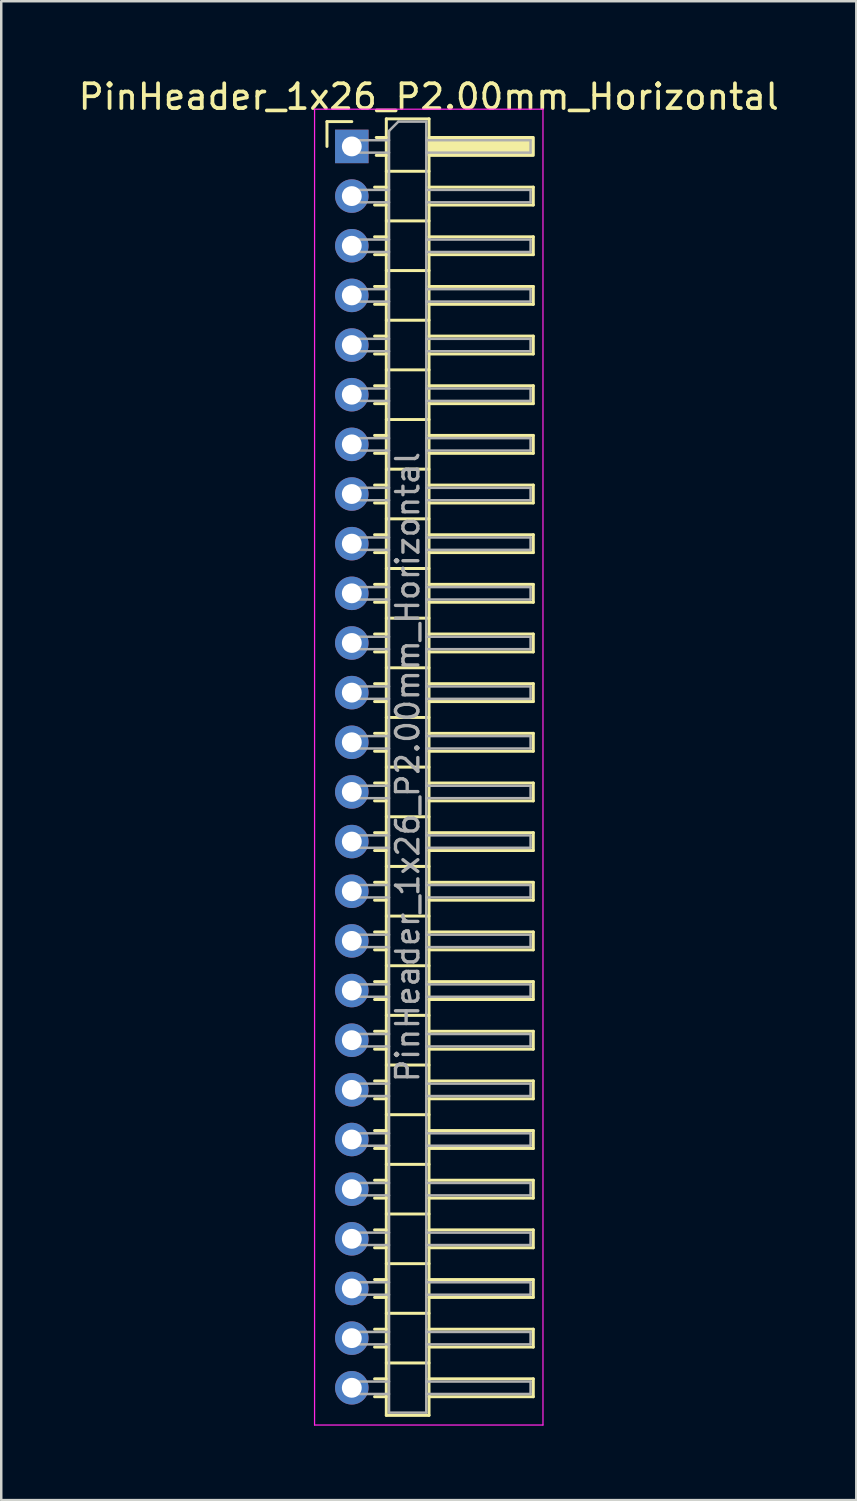
<source format=kicad_pcb>
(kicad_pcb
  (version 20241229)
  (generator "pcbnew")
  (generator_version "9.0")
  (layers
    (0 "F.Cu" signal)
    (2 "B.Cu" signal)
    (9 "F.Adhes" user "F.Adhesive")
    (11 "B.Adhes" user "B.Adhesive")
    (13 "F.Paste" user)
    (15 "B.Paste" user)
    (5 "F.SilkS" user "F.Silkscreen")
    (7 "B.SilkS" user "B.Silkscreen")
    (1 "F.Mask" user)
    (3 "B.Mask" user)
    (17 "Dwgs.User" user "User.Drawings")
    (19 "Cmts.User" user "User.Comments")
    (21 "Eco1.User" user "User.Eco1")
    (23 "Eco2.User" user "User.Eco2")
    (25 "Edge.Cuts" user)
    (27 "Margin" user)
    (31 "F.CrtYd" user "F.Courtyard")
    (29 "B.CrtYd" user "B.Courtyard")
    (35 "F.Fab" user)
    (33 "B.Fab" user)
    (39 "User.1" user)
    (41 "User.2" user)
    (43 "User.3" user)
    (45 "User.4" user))
  (footprint "PinHeader_1x26_P2.00mm_Horizontal"
    (layer "F.Cu")
    (at 11.12 2.848)
    (property "Reference" "PinHeader_1x26_P2.00mm_Horizontal" (at 3.1 -2 0) (layer "F.SilkS") (effects (font (size 1 1) (thickness 0.15))))
    (attr through_hole)
    (fp_line (start -1 -1) (end 0 -1) (stroke (width 0.12) (type solid)) (layer "F.SilkS"))
    (fp_line (start -1 0) (end -1 -1) (stroke (width 0.12) (type solid)) (layer "F.SilkS"))
    (fp_line (start 0.917 1.64) (end 1.39 1.64) (stroke (width 0.12) (type solid)) (layer "F.SilkS"))
    (fp_line (start 0.917 2.36) (end 1.39 2.36) (stroke (width 0.12) (type solid)) (layer "F.SilkS"))
    (fp_line (start 0.917 3.64) (end 1.39 3.64) (stroke (width 0.12) (type solid)) (layer "F.SilkS"))
    (fp_line (start 0.917 4.36) (end 1.39 4.36) (stroke (width 0.12) (type solid)) (layer "F.SilkS"))
    (fp_line (start 0.917 5.64) (end 1.39 5.64) (stroke (width 0.12) (type solid)) (layer "F.SilkS"))
    (fp_line (start 0.917 6.36) (end 1.39 6.36) (stroke (width 0.12) (type solid)) (layer "F.SilkS"))
    (fp_line (start 0.917 7.64) (end 1.39 7.64) (stroke (width 0.12) (type solid)) (layer "F.SilkS"))
    (fp_line (start 0.917 8.36) (end 1.39 8.36) (stroke (width 0.12) (type solid)) (layer "F.SilkS"))
    (fp_line (start 0.917 9.64) (end 1.39 9.64) (stroke (width 0.12) (type solid)) (layer "F.SilkS"))
    (fp_line (start 0.917 10.36) (end 1.39 10.36) (stroke (width 0.12) (type solid)) (layer "F.SilkS"))
    (fp_line (start 0.917 11.64) (end 1.39 11.64) (stroke (width 0.12) (type solid)) (layer "F.SilkS"))
    (fp_line (start 0.917 12.36) (end 1.39 12.36) (stroke (width 0.12) (type solid)) (layer "F.SilkS"))
    (fp_line (start 0.917 13.64) (end 1.39 13.64) (stroke (width 0.12) (type solid)) (layer "F.SilkS"))
    (fp_line (start 0.917 14.36) (end 1.39 14.36) (stroke (width 0.12) (type solid)) (layer "F.SilkS"))
    (fp_line (start 0.917 15.64) (end 1.39 15.64) (stroke (width 0.12) (type solid)) (layer "F.SilkS"))
    (fp_line (start 0.917 16.36) (end 1.39 16.36) (stroke (width 0.12) (type solid)) (layer "F.SilkS"))
    (fp_line (start 0.917 17.64) (end 1.39 17.64) (stroke (width 0.12) (type solid)) (layer "F.SilkS"))
    (fp_line (start 0.917 18.36) (end 1.39 18.36) (stroke (width 0.12) (type solid)) (layer "F.SilkS"))
    (fp_line (start 0.917 19.64) (end 1.39 19.64) (stroke (width 0.12) (type solid)) (layer "F.SilkS"))
    (fp_line (start 0.917 20.36) (end 1.39 20.36) (stroke (width 0.12) (type solid)) (layer "F.SilkS"))
    (fp_line (start 0.917 21.64) (end 1.39 21.64) (stroke (width 0.12) (type solid)) (layer "F.SilkS"))
    (fp_line (start 0.917 22.36) (end 1.39 22.36) (stroke (width 0.12) (type solid)) (layer "F.SilkS"))
    (fp_line (start 0.917 23.64) (end 1.39 23.64) (stroke (width 0.12) (type solid)) (layer "F.SilkS"))
    (fp_line (start 0.917 24.36) (end 1.39 24.36) (stroke (width 0.12) (type solid)) (layer "F.SilkS"))
    (fp_line (start 0.917 25.64) (end 1.39 25.64) (stroke (width 0.12) (type solid)) (layer "F.SilkS"))
    (fp_line (start 0.917 26.36) (end 1.39 26.36) (stroke (width 0.12) (type solid)) (layer "F.SilkS"))
    (fp_line (start 0.917 27.64) (end 1.39 27.64) (stroke (width 0.12) (type solid)) (layer "F.SilkS"))
    (fp_line (start 0.917 28.36) (end 1.39 28.36) (stroke (width 0.12) (type solid)) (layer "F.SilkS"))
    (fp_line (start 0.917 29.64) (end 1.39 29.64) (stroke (width 0.12) (type solid)) (layer "F.SilkS"))
    (fp_line (start 0.917 30.36) (end 1.39 30.36) (stroke (width 0.12) (type solid)) (layer "F.SilkS"))
    (fp_line (start 0.917 31.64) (end 1.39 31.64) (stroke (width 0.12) (type solid)) (layer "F.SilkS"))
    (fp_line (start 0.917 32.36) (end 1.39 32.36) (stroke (width 0.12) (type solid)) (layer "F.SilkS"))
    (fp_line (start 0.917 33.64) (end 1.39 33.64) (stroke (width 0.12) (type solid)) (layer "F.SilkS"))
    (fp_line (start 0.917 34.36) (end 1.39 34.36) (stroke (width 0.12) (type solid)) (layer "F.SilkS"))
    (fp_line (start 0.917 35.64) (end 1.39 35.64) (stroke (width 0.12) (type solid)) (layer "F.SilkS"))
    (fp_line (start 0.917 36.36) (end 1.39 36.36) (stroke (width 0.12) (type solid)) (layer "F.SilkS"))
    (fp_line (start 0.917 37.64) (end 1.39 37.64) (stroke (width 0.12) (type solid)) (layer "F.SilkS"))
    (fp_line (start 0.917 38.36) (end 1.39 38.36) (stroke (width 0.12) (type solid)) (layer "F.SilkS"))
    (fp_line (start 0.917 39.64) (end 1.39 39.64) (stroke (width 0.12) (type solid)) (layer "F.SilkS"))
    (fp_line (start 0.917 40.36) (end 1.39 40.36) (stroke (width 0.12) (type solid)) (layer "F.SilkS"))
    (fp_line (start 0.917 41.64) (end 1.39 41.64) (stroke (width 0.12) (type solid)) (layer "F.SilkS"))
    (fp_line (start 0.917 42.36) (end 1.39 42.36) (stroke (width 0.12) (type solid)) (layer "F.SilkS"))
    (fp_line (start 0.917 43.64) (end 1.39 43.64) (stroke (width 0.12) (type solid)) (layer "F.SilkS"))
    (fp_line (start 0.917 44.36) (end 1.39 44.36) (stroke (width 0.12) (type solid)) (layer "F.SilkS"))
    (fp_line (start 0.917 45.64) (end 1.39 45.64) (stroke (width 0.12) (type solid)) (layer "F.SilkS"))
    (fp_line (start 0.917 46.36) (end 1.39 46.36) (stroke (width 0.12) (type solid)) (layer "F.SilkS"))
    (fp_line (start 0.917 47.64) (end 1.39 47.64) (stroke (width 0.12) (type solid)) (layer "F.SilkS"))
    (fp_line (start 0.917 48.36) (end 1.39 48.36) (stroke (width 0.12) (type solid)) (layer "F.SilkS"))
    (fp_line (start 0.917 49.64) (end 1.39 49.64) (stroke (width 0.12) (type solid)) (layer "F.SilkS"))
    (fp_line (start 0.917 50.36) (end 1.39 50.36) (stroke (width 0.12) (type solid)) (layer "F.SilkS"))
    (fp_line (start 0.985 -0.36) (end 1.39 -0.36) (stroke (width 0.12) (type solid)) (layer "F.SilkS"))
    (fp_line (start 0.985 0.36) (end 1.39 0.36) (stroke (width 0.12) (type solid)) (layer "F.SilkS"))
    (fp_line (start 1.39 -1.11) (end 1.39 51.11) (stroke (width 0.12) (type solid)) (layer "F.SilkS"))
    (fp_line (start 1.39 1) (end 3.11 1) (stroke (width 0.12) (type solid)) (layer "F.SilkS"))
    (fp_line (start 1.39 3) (end 3.11 3) (stroke (width 0.12) (type solid)) (layer "F.SilkS"))
    (fp_line (start 1.39 5) (end 3.11 5) (stroke (width 0.12) (type solid)) (layer "F.SilkS"))
    (fp_line (start 1.39 7) (end 3.11 7) (stroke (width 0.12) (type solid)) (layer "F.SilkS"))
    (fp_line (start 1.39 9) (end 3.11 9) (stroke (width 0.12) (type solid)) (layer "F.SilkS"))
    (fp_line (start 1.39 11) (end 3.11 11) (stroke (width 0.12) (type solid)) (layer "F.SilkS"))
    (fp_line (start 1.39 13) (end 3.11 13) (stroke (width 0.12) (type solid)) (layer "F.SilkS"))
    (fp_line (start 1.39 15) (end 3.11 15) (stroke (width 0.12) (type solid)) (layer "F.SilkS"))
    (fp_line (start 1.39 17) (end 3.11 17) (stroke (width 0.12) (type solid)) (layer "F.SilkS"))
    (fp_line (start 1.39 19) (end 3.11 19) (stroke (width 0.12) (type solid)) (layer "F.SilkS"))
    (fp_line (start 1.39 21) (end 3.11 21) (stroke (width 0.12) (type solid)) (layer "F.SilkS"))
    (fp_line (start 1.39 23) (end 3.11 23) (stroke (width 0.12) (type solid)) (layer "F.SilkS"))
    (fp_line (start 1.39 25) (end 3.11 25) (stroke (width 0.12) (type solid)) (layer "F.SilkS"))
    (fp_line (start 1.39 27) (end 3.11 27) (stroke (width 0.12) (type solid)) (layer "F.SilkS"))
    (fp_line (start 1.39 29) (end 3.11 29) (stroke (width 0.12) (type solid)) (layer "F.SilkS"))
    (fp_line (start 1.39 31) (end 3.11 31) (stroke (width 0.12) (type solid)) (layer "F.SilkS"))
    (fp_line (start 1.39 33) (end 3.11 33) (stroke (width 0.12) (type solid)) (layer "F.SilkS"))
    (fp_line (start 1.39 35) (end 3.11 35) (stroke (width 0.12) (type solid)) (layer "F.SilkS"))
    (fp_line (start 1.39 37) (end 3.11 37) (stroke (width 0.12) (type solid)) (layer "F.SilkS"))
    (fp_line (start 1.39 39) (end 3.11 39) (stroke (width 0.12) (type solid)) (layer "F.SilkS"))
    (fp_line (start 1.39 41) (end 3.11 41) (stroke (width 0.12) (type solid)) (layer "F.SilkS"))
    (fp_line (start 1.39 43) (end 3.11 43) (stroke (width 0.12) (type solid)) (layer "F.SilkS"))
    (fp_line (start 1.39 45) (end 3.11 45) (stroke (width 0.12) (type solid)) (layer "F.SilkS"))
    (fp_line (start 1.39 47) (end 3.11 47) (stroke (width 0.12) (type solid)) (layer "F.SilkS"))
    (fp_line (start 1.39 49) (end 3.11 49) (stroke (width 0.12) (type solid)) (layer "F.SilkS"))
    (fp_line (start 1.39 51.11) (end 3.11 51.11) (stroke (width 0.12) (type solid)) (layer "F.SilkS"))
    (fp_line (start 3.11 -1.11) (end 1.39 -1.11) (stroke (width 0.12) (type solid)) (layer "F.SilkS"))
    (fp_line (start 3.11 1.64) (end 7.31 1.64) (stroke (width 0.12) (type solid)) (layer "F.SilkS"))
    (fp_line (start 3.11 3.64) (end 7.31 3.64) (stroke (width 0.12) (type solid)) (layer "F.SilkS"))
    (fp_line (start 3.11 5.64) (end 7.31 5.64) (stroke (width 0.12) (type solid)) (layer "F.SilkS"))
    (fp_line (start 3.11 7.64) (end 7.31 7.64) (stroke (width 0.12) (type solid)) (layer "F.SilkS"))
    (fp_line (start 3.11 9.64) (end 7.31 9.64) (stroke (width 0.12) (type solid)) (layer "F.SilkS"))
    (fp_line (start 3.11 11.64) (end 7.31 11.64) (stroke (width 0.12) (type solid)) (layer "F.SilkS"))
    (fp_line (start 3.11 13.64) (end 7.31 13.64) (stroke (width 0.12) (type solid)) (layer "F.SilkS"))
    (fp_line (start 3.11 15.64) (end 7.31 15.64) (stroke (width 0.12) (type solid)) (layer "F.SilkS"))
    (fp_line (start 3.11 17.64) (end 7.31 17.64) (stroke (width 0.12) (type solid)) (layer "F.SilkS"))
    (fp_line (start 3.11 19.64) (end 7.31 19.64) (stroke (width 0.12) (type solid)) (layer "F.SilkS"))
    (fp_line (start 3.11 21.64) (end 7.31 21.64) (stroke (width 0.12) (type solid)) (layer "F.SilkS"))
    (fp_line (start 3.11 23.64) (end 7.31 23.64) (stroke (width 0.12) (type solid)) (layer "F.SilkS"))
    (fp_line (start 3.11 25.64) (end 7.31 25.64) (stroke (width 0.12) (type solid)) (layer "F.SilkS"))
    (fp_line (start 3.11 27.64) (end 7.31 27.64) (stroke (width 0.12) (type solid)) (layer "F.SilkS"))
    (fp_line (start 3.11 29.64) (end 7.31 29.64) (stroke (width 0.12) (type solid)) (layer "F.SilkS"))
    (fp_line (start 3.11 31.64) (end 7.31 31.64) (stroke (width 0.12) (type solid)) (layer "F.SilkS"))
    (fp_line (start 3.11 33.64) (end 7.31 33.64) (stroke (width 0.12) (type solid)) (layer "F.SilkS"))
    (fp_line (start 3.11 35.64) (end 7.31 35.64) (stroke (width 0.12) (type solid)) (layer "F.SilkS"))
    (fp_line (start 3.11 37.64) (end 7.31 37.64) (stroke (width 0.12) (type solid)) (layer "F.SilkS"))
    (fp_line (start 3.11 39.64) (end 7.31 39.64) (stroke (width 0.12) (type solid)) (layer "F.SilkS"))
    (fp_line (start 3.11 41.64) (end 7.31 41.64) (stroke (width 0.12) (type solid)) (layer "F.SilkS"))
    (fp_line (start 3.11 43.64) (end 7.31 43.64) (stroke (width 0.12) (type solid)) (layer "F.SilkS"))
    (fp_line (start 3.11 45.64) (end 7.31 45.64) (stroke (width 0.12) (type solid)) (layer "F.SilkS"))
    (fp_line (start 3.11 47.64) (end 7.31 47.64) (stroke (width 0.12) (type solid)) (layer "F.SilkS"))
    (fp_line (start 3.11 49.64) (end 7.31 49.64) (stroke (width 0.12) (type solid)) (layer "F.SilkS"))
    (fp_line (start 3.11 51.11) (end 3.11 -1.11) (stroke (width 0.12) (type solid)) (layer "F.SilkS"))
    (fp_line (start 7.31 1.64) (end 7.31 2.36) (stroke (width 0.12) (type solid)) (layer "F.SilkS"))
    (fp_line (start 7.31 2.36) (end 3.11 2.36) (stroke (width 0.12) (type solid)) (layer "F.SilkS"))
    (fp_line (start 7.31 3.64) (end 7.31 4.36) (stroke (width 0.12) (type solid)) (layer "F.SilkS"))
    (fp_line (start 7.31 4.36) (end 3.11 4.36) (stroke (width 0.12) (type solid)) (layer "F.SilkS"))
    (fp_line (start 7.31 5.64) (end 7.31 6.36) (stroke (width 0.12) (type solid)) (layer "F.SilkS"))
    (fp_line (start 7.31 6.36) (end 3.11 6.36) (stroke (width 0.12) (type solid)) (layer "F.SilkS"))
    (fp_line (start 7.31 7.64) (end 7.31 8.36) (stroke (width 0.12) (type solid)) (layer "F.SilkS"))
    (fp_line (start 7.31 8.36) (end 3.11 8.36) (stroke (width 0.12) (type solid)) (layer "F.SilkS"))
    (fp_line (start 7.31 9.64) (end 7.31 10.36) (stroke (width 0.12) (type solid)) (layer "F.SilkS"))
    (fp_line (start 7.31 10.36) (end 3.11 10.36) (stroke (width 0.12) (type solid)) (layer "F.SilkS"))
    (fp_line (start 7.31 11.64) (end 7.31 12.36) (stroke (width 0.12) (type solid)) (layer "F.SilkS"))
    (fp_line (start 7.31 12.36) (end 3.11 12.36) (stroke (width 0.12) (type solid)) (layer "F.SilkS"))
    (fp_line (start 7.31 13.64) (end 7.31 14.36) (stroke (width 0.12) (type solid)) (layer "F.SilkS"))
    (fp_line (start 7.31 14.36) (end 3.11 14.36) (stroke (width 0.12) (type solid)) (layer "F.SilkS"))
    (fp_line (start 7.31 15.64) (end 7.31 16.36) (stroke (width 0.12) (type solid)) (layer "F.SilkS"))
    (fp_line (start 7.31 16.36) (end 3.11 16.36) (stroke (width 0.12) (type solid)) (layer "F.SilkS"))
    (fp_line (start 7.31 17.64) (end 7.31 18.36) (stroke (width 0.12) (type solid)) (layer "F.SilkS"))
    (fp_line (start 7.31 18.36) (end 3.11 18.36) (stroke (width 0.12) (type solid)) (layer "F.SilkS"))
    (fp_line (start 7.31 19.64) (end 7.31 20.36) (stroke (width 0.12) (type solid)) (layer "F.SilkS"))
    (fp_line (start 7.31 20.36) (end 3.11 20.36) (stroke (width 0.12) (type solid)) (layer "F.SilkS"))
    (fp_line (start 7.31 21.64) (end 7.31 22.36) (stroke (width 0.12) (type solid)) (layer "F.SilkS"))
    (fp_line (start 7.31 22.36) (end 3.11 22.36) (stroke (width 0.12) (type solid)) (layer "F.SilkS"))
    (fp_line (start 7.31 23.64) (end 7.31 24.36) (stroke (width 0.12) (type solid)) (layer "F.SilkS"))
    (fp_line (start 7.31 24.36) (end 3.11 24.36) (stroke (width 0.12) (type solid)) (layer "F.SilkS"))
    (fp_line (start 7.31 25.64) (end 7.31 26.36) (stroke (width 0.12) (type solid)) (layer "F.SilkS"))
    (fp_line (start 7.31 26.36) (end 3.11 26.36) (stroke (width 0.12) (type solid)) (layer "F.SilkS"))
    (fp_line (start 7.31 27.64) (end 7.31 28.36) (stroke (width 0.12) (type solid)) (layer "F.SilkS"))
    (fp_line (start 7.31 28.36) (end 3.11 28.36) (stroke (width 0.12) (type solid)) (layer "F.SilkS"))
    (fp_line (start 7.31 29.64) (end 7.31 30.36) (stroke (width 0.12) (type solid)) (layer "F.SilkS"))
    (fp_line (start 7.31 30.36) (end 3.11 30.36) (stroke (width 0.12) (type solid)) (layer "F.SilkS"))
    (fp_line (start 7.31 31.64) (end 7.31 32.36) (stroke (width 0.12) (type solid)) (layer "F.SilkS"))
    (fp_line (start 7.31 32.36) (end 3.11 32.36) (stroke (width 0.12) (type solid)) (layer "F.SilkS"))
    (fp_line (start 7.31 33.64) (end 7.31 34.36) (stroke (width 0.12) (type solid)) (layer "F.SilkS"))
    (fp_line (start 7.31 34.36) (end 3.11 34.36) (stroke (width 0.12) (type solid)) (layer "F.SilkS"))
    (fp_line (start 7.31 35.64) (end 7.31 36.36) (stroke (width 0.12) (type solid)) (layer "F.SilkS"))
    (fp_line (start 7.31 36.36) (end 3.11 36.36) (stroke (width 0.12) (type solid)) (layer "F.SilkS"))
    (fp_line (start 7.31 37.64) (end 7.31 38.36) (stroke (width 0.12) (type solid)) (layer "F.SilkS"))
    (fp_line (start 7.31 38.36) (end 3.11 38.36) (stroke (width 0.12) (type solid)) (layer "F.SilkS"))
    (fp_line (start 7.31 39.64) (end 7.31 40.36) (stroke (width 0.12) (type solid)) (layer "F.SilkS"))
    (fp_line (start 7.31 40.36) (end 3.11 40.36) (stroke (width 0.12) (type solid)) (layer "F.SilkS"))
    (fp_line (start 7.31 41.64) (end 7.31 42.36) (stroke (width 0.12) (type solid)) (layer "F.SilkS"))
    (fp_line (start 7.31 42.36) (end 3.11 42.36) (stroke (width 0.12) (type solid)) (layer "F.SilkS"))
    (fp_line (start 7.31 43.64) (end 7.31 44.36) (stroke (width 0.12) (type solid)) (layer "F.SilkS"))
    (fp_line (start 7.31 44.36) (end 3.11 44.36) (stroke (width 0.12) (type solid)) (layer "F.SilkS"))
    (fp_line (start 7.31 45.64) (end 7.31 46.36) (stroke (width 0.12) (type solid)) (layer "F.SilkS"))
    (fp_line (start 7.31 46.36) (end 3.11 46.36) (stroke (width 0.12) (type solid)) (layer "F.SilkS"))
    (fp_line (start 7.31 47.64) (end 7.31 48.36) (stroke (width 0.12) (type solid)) (layer "F.SilkS"))
    (fp_line (start 7.31 48.36) (end 3.11 48.36) (stroke (width 0.12) (type solid)) (layer "F.SilkS"))
    (fp_line (start 7.31 49.64) (end 7.31 50.36) (stroke (width 0.12) (type solid)) (layer "F.SilkS"))
    (fp_line (start 7.31 50.36) (end 3.11 50.36) (stroke (width 0.12) (type solid)) (layer "F.SilkS"))
    (fp_rect (start 3.11 -0.36) (end 7.31 0.36) (stroke (width 0.12) (type solid)) (fill yes) (layer "F.SilkS"))
    (fp_line (start -1.5 -1.5) (end -1.5 51.5) (stroke (width 0.05) (type solid)) (layer "F.CrtYd"))
    (fp_line (start -1.5 51.5) (end 7.7 51.5) (stroke (width 0.05) (type solid)) (layer "F.CrtYd"))
    (fp_line (start 7.7 -1.5) (end -1.5 -1.5) (stroke (width 0.05) (type solid)) (layer "F.CrtYd"))
    (fp_line (start 7.7 51.5) (end 7.7 -1.5) (stroke (width 0.05) (type solid)) (layer "F.CrtYd"))
    (fp_line (start -0.25 -0.25) (end -0.25 0.25) (stroke (width 0.1) (type solid)) (layer "F.Fab"))
    (fp_line (start -0.25 -0.25) (end 1.5 -0.25) (stroke (width 0.1) (type solid)) (layer "F.Fab"))
    (fp_line (start -0.25 0.25) (end 1.5 0.25) (stroke (width 0.1) (type solid)) (layer "F.Fab"))
    (fp_line (start -0.25 1.75) (end -0.25 2.25) (stroke (width 0.1) (type solid)) (layer "F.Fab"))
    (fp_line (start -0.25 1.75) (end 1.5 1.75) (stroke (width 0.1) (type solid)) (layer "F.Fab"))
    (fp_line (start -0.25 2.25) (end 1.5 2.25) (stroke (width 0.1) (type solid)) (layer "F.Fab"))
    (fp_line (start -0.25 3.75) (end -0.25 4.25) (stroke (width 0.1) (type solid)) (layer "F.Fab"))
    (fp_line (start -0.25 3.75) (end 1.5 3.75) (stroke (width 0.1) (type solid)) (layer "F.Fab"))
    (fp_line (start -0.25 4.25) (end 1.5 4.25) (stroke (width 0.1) (type solid)) (layer "F.Fab"))
    (fp_line (start -0.25 5.75) (end -0.25 6.25) (stroke (width 0.1) (type solid)) (layer "F.Fab"))
    (fp_line (start -0.25 5.75) (end 1.5 5.75) (stroke (width 0.1) (type solid)) (layer "F.Fab"))
    (fp_line (start -0.25 6.25) (end 1.5 6.25) (stroke (width 0.1) (type solid)) (layer "F.Fab"))
    (fp_line (start -0.25 7.75) (end -0.25 8.25) (stroke (width 0.1) (type solid)) (layer "F.Fab"))
    (fp_line (start -0.25 7.75) (end 1.5 7.75) (stroke (width 0.1) (type solid)) (layer "F.Fab"))
    (fp_line (start -0.25 8.25) (end 1.5 8.25) (stroke (width 0.1) (type solid)) (layer "F.Fab"))
    (fp_line (start -0.25 9.75) (end -0.25 10.25) (stroke (width 0.1) (type solid)) (layer "F.Fab"))
    (fp_line (start -0.25 9.75) (end 1.5 9.75) (stroke (width 0.1) (type solid)) (layer "F.Fab"))
    (fp_line (start -0.25 10.25) (end 1.5 10.25) (stroke (width 0.1) (type solid)) (layer "F.Fab"))
    (fp_line (start -0.25 11.75) (end -0.25 12.25) (stroke (width 0.1) (type solid)) (layer "F.Fab"))
    (fp_line (start -0.25 11.75) (end 1.5 11.75) (stroke (width 0.1) (type solid)) (layer "F.Fab"))
    (fp_line (start -0.25 12.25) (end 1.5 12.25) (stroke (width 0.1) (type solid)) (layer "F.Fab"))
    (fp_line (start -0.25 13.75) (end -0.25 14.25) (stroke (width 0.1) (type solid)) (layer "F.Fab"))
    (fp_line (start -0.25 13.75) (end 1.5 13.75) (stroke (width 0.1) (type solid)) (layer "F.Fab"))
    (fp_line (start -0.25 14.25) (end 1.5 14.25) (stroke (width 0.1) (type solid)) (layer "F.Fab"))
    (fp_line (start -0.25 15.75) (end -0.25 16.25) (stroke (width 0.1) (type solid)) (layer "F.Fab"))
    (fp_line (start -0.25 15.75) (end 1.5 15.75) (stroke (width 0.1) (type solid)) (layer "F.Fab"))
    (fp_line (start -0.25 16.25) (end 1.5 16.25) (stroke (width 0.1) (type solid)) (layer "F.Fab"))
    (fp_line (start -0.25 17.75) (end -0.25 18.25) (stroke (width 0.1) (type solid)) (layer "F.Fab"))
    (fp_line (start -0.25 17.75) (end 1.5 17.75) (stroke (width 0.1) (type solid)) (layer "F.Fab"))
    (fp_line (start -0.25 18.25) (end 1.5 18.25) (stroke (width 0.1) (type solid)) (layer "F.Fab"))
    (fp_line (start -0.25 19.75) (end -0.25 20.25) (stroke (width 0.1) (type solid)) (layer "F.Fab"))
    (fp_line (start -0.25 19.75) (end 1.5 19.75) (stroke (width 0.1) (type solid)) (layer "F.Fab"))
    (fp_line (start -0.25 20.25) (end 1.5 20.25) (stroke (width 0.1) (type solid)) (layer "F.Fab"))
    (fp_line (start -0.25 21.75) (end -0.25 22.25) (stroke (width 0.1) (type solid)) (layer "F.Fab"))
    (fp_line (start -0.25 21.75) (end 1.5 21.75) (stroke (width 0.1) (type solid)) (layer "F.Fab"))
    (fp_line (start -0.25 22.25) (end 1.5 22.25) (stroke (width 0.1) (type solid)) (layer "F.Fab"))
    (fp_line (start -0.25 23.75) (end -0.25 24.25) (stroke (width 0.1) (type solid)) (layer "F.Fab"))
    (fp_line (start -0.25 23.75) (end 1.5 23.75) (stroke (width 0.1) (type solid)) (layer "F.Fab"))
    (fp_line (start -0.25 24.25) (end 1.5 24.25) (stroke (width 0.1) (type solid)) (layer "F.Fab"))
    (fp_line (start -0.25 25.75) (end -0.25 26.25) (stroke (width 0.1) (type solid)) (layer "F.Fab"))
    (fp_line (start -0.25 25.75) (end 1.5 25.75) (stroke (width 0.1) (type solid)) (layer "F.Fab"))
    (fp_line (start -0.25 26.25) (end 1.5 26.25) (stroke (width 0.1) (type solid)) (layer "F.Fab"))
    (fp_line (start -0.25 27.75) (end -0.25 28.25) (stroke (width 0.1) (type solid)) (layer "F.Fab"))
    (fp_line (start -0.25 27.75) (end 1.5 27.75) (stroke (width 0.1) (type solid)) (layer "F.Fab"))
    (fp_line (start -0.25 28.25) (end 1.5 28.25) (stroke (width 0.1) (type solid)) (layer "F.Fab"))
    (fp_line (start -0.25 29.75) (end -0.25 30.25) (stroke (width 0.1) (type solid)) (layer "F.Fab"))
    (fp_line (start -0.25 29.75) (end 1.5 29.75) (stroke (width 0.1) (type solid)) (layer "F.Fab"))
    (fp_line (start -0.25 30.25) (end 1.5 30.25) (stroke (width 0.1) (type solid)) (layer "F.Fab"))
    (fp_line (start -0.25 31.75) (end -0.25 32.25) (stroke (width 0.1) (type solid)) (layer "F.Fab"))
    (fp_line (start -0.25 31.75) (end 1.5 31.75) (stroke (width 0.1) (type solid)) (layer "F.Fab"))
    (fp_line (start -0.25 32.25) (end 1.5 32.25) (stroke (width 0.1) (type solid)) (layer "F.Fab"))
    (fp_line (start -0.25 33.75) (end -0.25 34.25) (stroke (width 0.1) (type solid)) (layer "F.Fab"))
    (fp_line (start -0.25 33.75) (end 1.5 33.75) (stroke (width 0.1) (type solid)) (layer "F.Fab"))
    (fp_line (start -0.25 34.25) (end 1.5 34.25) (stroke (width 0.1) (type solid)) (layer "F.Fab"))
    (fp_line (start -0.25 35.75) (end -0.25 36.25) (stroke (width 0.1) (type solid)) (layer "F.Fab"))
    (fp_line (start -0.25 35.75) (end 1.5 35.75) (stroke (width 0.1) (type solid)) (layer "F.Fab"))
    (fp_line (start -0.25 36.25) (end 1.5 36.25) (stroke (width 0.1) (type solid)) (layer "F.Fab"))
    (fp_line (start -0.25 37.75) (end -0.25 38.25) (stroke (width 0.1) (type solid)) (layer "F.Fab"))
    (fp_line (start -0.25 37.75) (end 1.5 37.75) (stroke (width 0.1) (type solid)) (layer "F.Fab"))
    (fp_line (start -0.25 38.25) (end 1.5 38.25) (stroke (width 0.1) (type solid)) (layer "F.Fab"))
    (fp_line (start -0.25 39.75) (end -0.25 40.25) (stroke (width 0.1) (type solid)) (layer "F.Fab"))
    (fp_line (start -0.25 39.75) (end 1.5 39.75) (stroke (width 0.1) (type solid)) (layer "F.Fab"))
    (fp_line (start -0.25 40.25) (end 1.5 40.25) (stroke (width 0.1) (type solid)) (layer "F.Fab"))
    (fp_line (start -0.25 41.75) (end -0.25 42.25) (stroke (width 0.1) (type solid)) (layer "F.Fab"))
    (fp_line (start -0.25 41.75) (end 1.5 41.75) (stroke (width 0.1) (type solid)) (layer "F.Fab"))
    (fp_line (start -0.25 42.25) (end 1.5 42.25) (stroke (width 0.1) (type solid)) (layer "F.Fab"))
    (fp_line (start -0.25 43.75) (end -0.25 44.25) (stroke (width 0.1) (type solid)) (layer "F.Fab"))
    (fp_line (start -0.25 43.75) (end 1.5 43.75) (stroke (width 0.1) (type solid)) (layer "F.Fab"))
    (fp_line (start -0.25 44.25) (end 1.5 44.25) (stroke (width 0.1) (type solid)) (layer "F.Fab"))
    (fp_line (start -0.25 45.75) (end -0.25 46.25) (stroke (width 0.1) (type solid)) (layer "F.Fab"))
    (fp_line (start -0.25 45.75) (end 1.5 45.75) (stroke (width 0.1) (type solid)) (layer "F.Fab"))
    (fp_line (start -0.25 46.25) (end 1.5 46.25) (stroke (width 0.1) (type solid)) (layer "F.Fab"))
    (fp_line (start -0.25 47.75) (end -0.25 48.25) (stroke (width 0.1) (type solid)) (layer "F.Fab"))
    (fp_line (start -0.25 47.75) (end 1.5 47.75) (stroke (width 0.1) (type solid)) (layer "F.Fab"))
    (fp_line (start -0.25 48.25) (end 1.5 48.25) (stroke (width 0.1) (type solid)) (layer "F.Fab"))
    (fp_line (start -0.25 49.75) (end -0.25 50.25) (stroke (width 0.1) (type solid)) (layer "F.Fab"))
    (fp_line (start -0.25 49.75) (end 1.5 49.75) (stroke (width 0.1) (type solid)) (layer "F.Fab"))
    (fp_line (start -0.25 50.25) (end 1.5 50.25) (stroke (width 0.1) (type solid)) (layer "F.Fab"))
    (fp_line (start 1.5 -0.625) (end 1.875 -1) (stroke (width 0.1) (type solid)) (layer "F.Fab"))
    (fp_line (start 1.5 51) (end 1.5 -0.625) (stroke (width 0.1) (type solid)) (layer "F.Fab"))
    (fp_line (start 1.875 -1) (end 3 -1) (stroke (width 0.1) (type solid)) (layer "F.Fab"))
    (fp_line (start 3 -1) (end 3 51) (stroke (width 0.1) (type solid)) (layer "F.Fab"))
    (fp_line (start 3 -0.25) (end 7.2 -0.25) (stroke (width 0.1) (type solid)) (layer "F.Fab"))
    (fp_line (start 3 0.25) (end 7.2 0.25) (stroke (width 0.1) (type solid)) (layer "F.Fab"))
    (fp_line (start 3 1.75) (end 7.2 1.75) (stroke (width 0.1) (type solid)) (layer "F.Fab"))
    (fp_line (start 3 2.25) (end 7.2 2.25) (stroke (width 0.1) (type solid)) (layer "F.Fab"))
    (fp_line (start 3 3.75) (end 7.2 3.75) (stroke (width 0.1) (type solid)) (layer "F.Fab"))
    (fp_line (start 3 4.25) (end 7.2 4.25) (stroke (width 0.1) (type solid)) (layer "F.Fab"))
    (fp_line (start 3 5.75) (end 7.2 5.75) (stroke (width 0.1) (type solid)) (layer "F.Fab"))
    (fp_line (start 3 6.25) (end 7.2 6.25) (stroke (width 0.1) (type solid)) (layer "F.Fab"))
    (fp_line (start 3 7.75) (end 7.2 7.75) (stroke (width 0.1) (type solid)) (layer "F.Fab"))
    (fp_line (start 3 8.25) (end 7.2 8.25) (stroke (width 0.1) (type solid)) (layer "F.Fab"))
    (fp_line (start 3 9.75) (end 7.2 9.75) (stroke (width 0.1) (type solid)) (layer "F.Fab"))
    (fp_line (start 3 10.25) (end 7.2 10.25) (stroke (width 0.1) (type solid)) (layer "F.Fab"))
    (fp_line (start 3 11.75) (end 7.2 11.75) (stroke (width 0.1) (type solid)) (layer "F.Fab"))
    (fp_line (start 3 12.25) (end 7.2 12.25) (stroke (width 0.1) (type solid)) (layer "F.Fab"))
    (fp_line (start 3 13.75) (end 7.2 13.75) (stroke (width 0.1) (type solid)) (layer "F.Fab"))
    (fp_line (start 3 14.25) (end 7.2 14.25) (stroke (width 0.1) (type solid)) (layer "F.Fab"))
    (fp_line (start 3 15.75) (end 7.2 15.75) (stroke (width 0.1) (type solid)) (layer "F.Fab"))
    (fp_line (start 3 16.25) (end 7.2 16.25) (stroke (width 0.1) (type solid)) (layer "F.Fab"))
    (fp_line (start 3 17.75) (end 7.2 17.75) (stroke (width 0.1) (type solid)) (layer "F.Fab"))
    (fp_line (start 3 18.25) (end 7.2 18.25) (stroke (width 0.1) (type solid)) (layer "F.Fab"))
    (fp_line (start 3 19.75) (end 7.2 19.75) (stroke (width 0.1) (type solid)) (layer "F.Fab"))
    (fp_line (start 3 20.25) (end 7.2 20.25) (stroke (width 0.1) (type solid)) (layer "F.Fab"))
    (fp_line (start 3 21.75) (end 7.2 21.75) (stroke (width 0.1) (type solid)) (layer "F.Fab"))
    (fp_line (start 3 22.25) (end 7.2 22.25) (stroke (width 0.1) (type solid)) (layer "F.Fab"))
    (fp_line (start 3 23.75) (end 7.2 23.75) (stroke (width 0.1) (type solid)) (layer "F.Fab"))
    (fp_line (start 3 24.25) (end 7.2 24.25) (stroke (width 0.1) (type solid)) (layer "F.Fab"))
    (fp_line (start 3 25.75) (end 7.2 25.75) (stroke (width 0.1) (type solid)) (layer "F.Fab"))
    (fp_line (start 3 26.25) (end 7.2 26.25) (stroke (width 0.1) (type solid)) (layer "F.Fab"))
    (fp_line (start 3 27.75) (end 7.2 27.75) (stroke (width 0.1) (type solid)) (layer "F.Fab"))
    (fp_line (start 3 28.25) (end 7.2 28.25) (stroke (width 0.1) (type solid)) (layer "F.Fab"))
    (fp_line (start 3 29.75) (end 7.2 29.75) (stroke (width 0.1) (type solid)) (layer "F.Fab"))
    (fp_line (start 3 30.25) (end 7.2 30.25) (stroke (width 0.1) (type solid)) (layer "F.Fab"))
    (fp_line (start 3 31.75) (end 7.2 31.75) (stroke (width 0.1) (type solid)) (layer "F.Fab"))
    (fp_line (start 3 32.25) (end 7.2 32.25) (stroke (width 0.1) (type solid)) (layer "F.Fab"))
    (fp_line (start 3 33.75) (end 7.2 33.75) (stroke (width 0.1) (type solid)) (layer "F.Fab"))
    (fp_line (start 3 34.25) (end 7.2 34.25) (stroke (width 0.1) (type solid)) (layer "F.Fab"))
    (fp_line (start 3 35.75) (end 7.2 35.75) (stroke (width 0.1) (type solid)) (layer "F.Fab"))
    (fp_line (start 3 36.25) (end 7.2 36.25) (stroke (width 0.1) (type solid)) (layer "F.Fab"))
    (fp_line (start 3 37.75) (end 7.2 37.75) (stroke (width 0.1) (type solid)) (layer "F.Fab"))
    (fp_line (start 3 38.25) (end 7.2 38.25) (stroke (width 0.1) (type solid)) (layer "F.Fab"))
    (fp_line (start 3 39.75) (end 7.2 39.75) (stroke (width 0.1) (type solid)) (layer "F.Fab"))
    (fp_line (start 3 40.25) (end 7.2 40.25) (stroke (width 0.1) (type solid)) (layer "F.Fab"))
    (fp_line (start 3 41.75) (end 7.2 41.75) (stroke (width 0.1) (type solid)) (layer "F.Fab"))
    (fp_line (start 3 42.25) (end 7.2 42.25) (stroke (width 0.1) (type solid)) (layer "F.Fab"))
    (fp_line (start 3 43.75) (end 7.2 43.75) (stroke (width 0.1) (type solid)) (layer "F.Fab"))
    (fp_line (start 3 44.25) (end 7.2 44.25) (stroke (width 0.1) (type solid)) (layer "F.Fab"))
    (fp_line (start 3 45.75) (end 7.2 45.75) (stroke (width 0.1) (type solid)) (layer "F.Fab"))
    (fp_line (start 3 46.25) (end 7.2 46.25) (stroke (width 0.1) (type solid)) (layer "F.Fab"))
    (fp_line (start 3 47.75) (end 7.2 47.75) (stroke (width 0.1) (type solid)) (layer "F.Fab"))
    (fp_line (start 3 48.25) (end 7.2 48.25) (stroke (width 0.1) (type solid)) (layer "F.Fab"))
    (fp_line (start 3 49.75) (end 7.2 49.75) (stroke (width 0.1) (type solid)) (layer "F.Fab"))
    (fp_line (start 3 50.25) (end 7.2 50.25) (stroke (width 0.1) (type solid)) (layer "F.Fab"))
    (fp_line (start 3 51) (end 1.5 51) (stroke (width 0.1) (type solid)) (layer "F.Fab"))
    (fp_line (start 7.2 -0.25) (end 7.2 0.25) (stroke (width 0.1) (type solid)) (layer "F.Fab"))
    (fp_line (start 7.2 1.75) (end 7.2 2.25) (stroke (width 0.1) (type solid)) (layer "F.Fab"))
    (fp_line (start 7.2 3.75) (end 7.2 4.25) (stroke (width 0.1) (type solid)) (layer "F.Fab"))
    (fp_line (start 7.2 5.75) (end 7.2 6.25) (stroke (width 0.1) (type solid)) (layer "F.Fab"))
    (fp_line (start 7.2 7.75) (end 7.2 8.25) (stroke (width 0.1) (type solid)) (layer "F.Fab"))
    (fp_line (start 7.2 9.75) (end 7.2 10.25) (stroke (width 0.1) (type solid)) (layer "F.Fab"))
    (fp_line (start 7.2 11.75) (end 7.2 12.25) (stroke (width 0.1) (type solid)) (layer "F.Fab"))
    (fp_line (start 7.2 13.75) (end 7.2 14.25) (stroke (width 0.1) (type solid)) (layer "F.Fab"))
    (fp_line (start 7.2 15.75) (end 7.2 16.25) (stroke (width 0.1) (type solid)) (layer "F.Fab"))
    (fp_line (start 7.2 17.75) (end 7.2 18.25) (stroke (width 0.1) (type solid)) (layer "F.Fab"))
    (fp_line (start 7.2 19.75) (end 7.2 20.25) (stroke (width 0.1) (type solid)) (layer "F.Fab"))
    (fp_line (start 7.2 21.75) (end 7.2 22.25) (stroke (width 0.1) (type solid)) (layer "F.Fab"))
    (fp_line (start 7.2 23.75) (end 7.2 24.25) (stroke (width 0.1) (type solid)) (layer "F.Fab"))
    (fp_line (start 7.2 25.75) (end 7.2 26.25) (stroke (width 0.1) (type solid)) (layer "F.Fab"))
    (fp_line (start 7.2 27.75) (end 7.2 28.25) (stroke (width 0.1) (type solid)) (layer "F.Fab"))
    (fp_line (start 7.2 29.75) (end 7.2 30.25) (stroke (width 0.1) (type solid)) (layer "F.Fab"))
    (fp_line (start 7.2 31.75) (end 7.2 32.25) (stroke (width 0.1) (type solid)) (layer "F.Fab"))
    (fp_line (start 7.2 33.75) (end 7.2 34.25) (stroke (width 0.1) (type solid)) (layer "F.Fab"))
    (fp_line (start 7.2 35.75) (end 7.2 36.25) (stroke (width 0.1) (type solid)) (layer "F.Fab"))
    (fp_line (start 7.2 37.75) (end 7.2 38.25) (stroke (width 0.1) (type solid)) (layer "F.Fab"))
    (fp_line (start 7.2 39.75) (end 7.2 40.25) (stroke (width 0.1) (type solid)) (layer "F.Fab"))
    (fp_line (start 7.2 41.75) (end 7.2 42.25) (stroke (width 0.1) (type solid)) (layer "F.Fab"))
    (fp_line (start 7.2 43.75) (end 7.2 44.25) (stroke (width 0.1) (type solid)) (layer "F.Fab"))
    (fp_line (start 7.2 45.75) (end 7.2 46.25) (stroke (width 0.1) (type solid)) (layer "F.Fab"))
    (fp_line (start 7.2 47.75) (end 7.2 48.25) (stroke (width 0.1) (type solid)) (layer "F.Fab"))
    (fp_line (start 7.2 49.75) (end 7.2 50.25) (stroke (width 0.1) (type solid)) (layer "F.Fab"))
    (fp_text user "${REFERENCE}" (at 2.25 25 90) (layer "F.Fab") (effects (font (size 0.9 0.9) (thickness 0.135))))
    (pad "1" thru_hole rect (at 0 0) (size 1.35 1.35) (drill 0.8) (layers "*.Cu" "*.Mask"))
    (pad "2" thru_hole circle (at 0 2) (size 1.35 1.35) (drill 0.8) (layers "*.Cu" "*.Mask"))
    (pad "3" thru_hole circle (at 0 4) (size 1.35 1.35) (drill 0.8) (layers "*.Cu" "*.Mask"))
    (pad "4" thru_hole circle (at 0 6) (size 1.35 1.35) (drill 0.8) (layers "*.Cu" "*.Mask"))
    (pad "5" thru_hole circle (at 0 8) (size 1.35 1.35) (drill 0.8) (layers "*.Cu" "*.Mask"))
    (pad "6" thru_hole circle (at 0 10) (size 1.35 1.35) (drill 0.8) (layers "*.Cu" "*.Mask"))
    (pad "7" thru_hole circle (at 0 12) (size 1.35 1.35) (drill 0.8) (layers "*.Cu" "*.Mask"))
    (pad "8" thru_hole circle (at 0 14) (size 1.35 1.35) (drill 0.8) (layers "*.Cu" "*.Mask"))
    (pad "9" thru_hole circle (at 0 16) (size 1.35 1.35) (drill 0.8) (layers "*.Cu" "*.Mask"))
    (pad "10" thru_hole circle (at 0 18) (size 1.35 1.35) (drill 0.8) (layers "*.Cu" "*.Mask"))
    (pad "11" thru_hole circle (at 0 20) (size 1.35 1.35) (drill 0.8) (layers "*.Cu" "*.Mask"))
    (pad "12" thru_hole circle (at 0 22) (size 1.35 1.35) (drill 0.8) (layers "*.Cu" "*.Mask"))
    (pad "13" thru_hole circle (at 0 24) (size 1.35 1.35) (drill 0.8) (layers "*.Cu" "*.Mask"))
    (pad "14" thru_hole circle (at 0 26) (size 1.35 1.35) (drill 0.8) (layers "*.Cu" "*.Mask"))
    (pad "15" thru_hole circle (at 0 28) (size 1.35 1.35) (drill 0.8) (layers "*.Cu" "*.Mask"))
    (pad "16" thru_hole circle (at 0 30) (size 1.35 1.35) (drill 0.8) (layers "*.Cu" "*.Mask"))
    (pad "17" thru_hole circle (at 0 32) (size 1.35 1.35) (drill 0.8) (layers "*.Cu" "*.Mask"))
    (pad "18" thru_hole circle (at 0 34) (size 1.35 1.35) (drill 0.8) (layers "*.Cu" "*.Mask"))
    (pad "19" thru_hole circle (at 0 36) (size 1.35 1.35) (drill 0.8) (layers "*.Cu" "*.Mask"))
    (pad "20" thru_hole circle (at 0 38) (size 1.35 1.35) (drill 0.8) (layers "*.Cu" "*.Mask"))
    (pad "21" thru_hole circle (at 0 40) (size 1.35 1.35) (drill 0.8) (layers "*.Cu" "*.Mask"))
    (pad "22" thru_hole circle (at 0 42) (size 1.35 1.35) (drill 0.8) (layers "*.Cu" "*.Mask"))
    (pad "23" thru_hole circle (at 0 44) (size 1.35 1.35) (drill 0.8) (layers "*.Cu" "*.Mask"))
    (pad "24" thru_hole circle (at 0 46) (size 1.35 1.35) (drill 0.8) (layers "*.Cu" "*.Mask"))
    (pad "25" thru_hole circle (at 0 48) (size 1.35 1.35) (drill 0.8) (layers "*.Cu" "*.Mask"))
    (pad "26" thru_hole circle (at 0 50) (size 1.35 1.35) (drill 0.8) (layers "*.Cu" "*.Mask")))
  (gr_rect
    (start -3 -3)
    (end 31.44 57.373)
    (stroke (width 0.1) (type default))
    (fill no)
    (layer "Edge.Cuts")))
</source>
